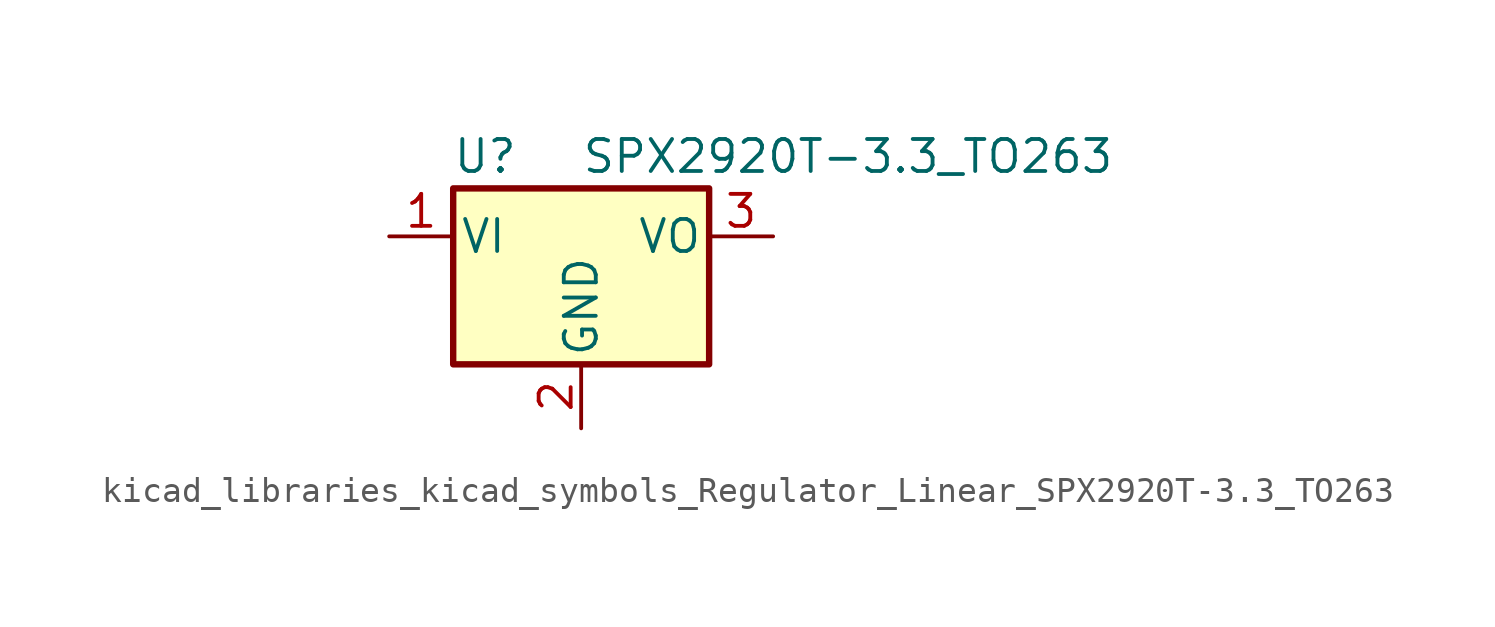
<source format=kicad_sym>
(kicad_symbol_lib
  (version 20220914)
  (generator kicad_symbol_editor)
  (symbol "kicad_libraries_kicad_symbols_Regulator_Linear_SPX2920T-3.3_TO263"
    (pin_names
      (offset 0.254))
    (property "Reference" "U"
      (at -3.81 3.175 0)
      (effects (font (size 1.27 1.27))))
    (property "Value" "SPX2920T-3.3_TO263"
      (at 0 3.175 0)
      (effects (font (size 1.27 1.27)) (justify left)))
    (symbol "kicad_libraries_kicad_symbols_Regulator_Linear_SPX2920T-3.3_TO263_0_1"
      (rectangle (start -5.08 -5.08) (end 5.08 1.905) (stroke (width 0.254) (type default)) (fill (type background))))
    (symbol "kicad_libraries_kicad_symbols_Regulator_Linear_SPX2920T-3.3_TO263_1_1"
      (pin power_in line (at -7.62 0 0) (length 2.54) (name "VI" (effects (font (size 1.27 1.27)))) (number "1" (effects (font (size 1.27 1.27)))))
      (pin power_in line (at 0 -7.62 90) (length 2.54) (name "GND" (effects (font (size 1.27 1.27)))) (number "2" (effects (font (size 1.27 1.27)))))
      (pin power_out line (at 7.62 0 180) (length 2.54) (name "VO" (effects (font (size 1.27 1.27)))) (number "3" (effects (font (size 1.27 1.27))))))))
</source>
